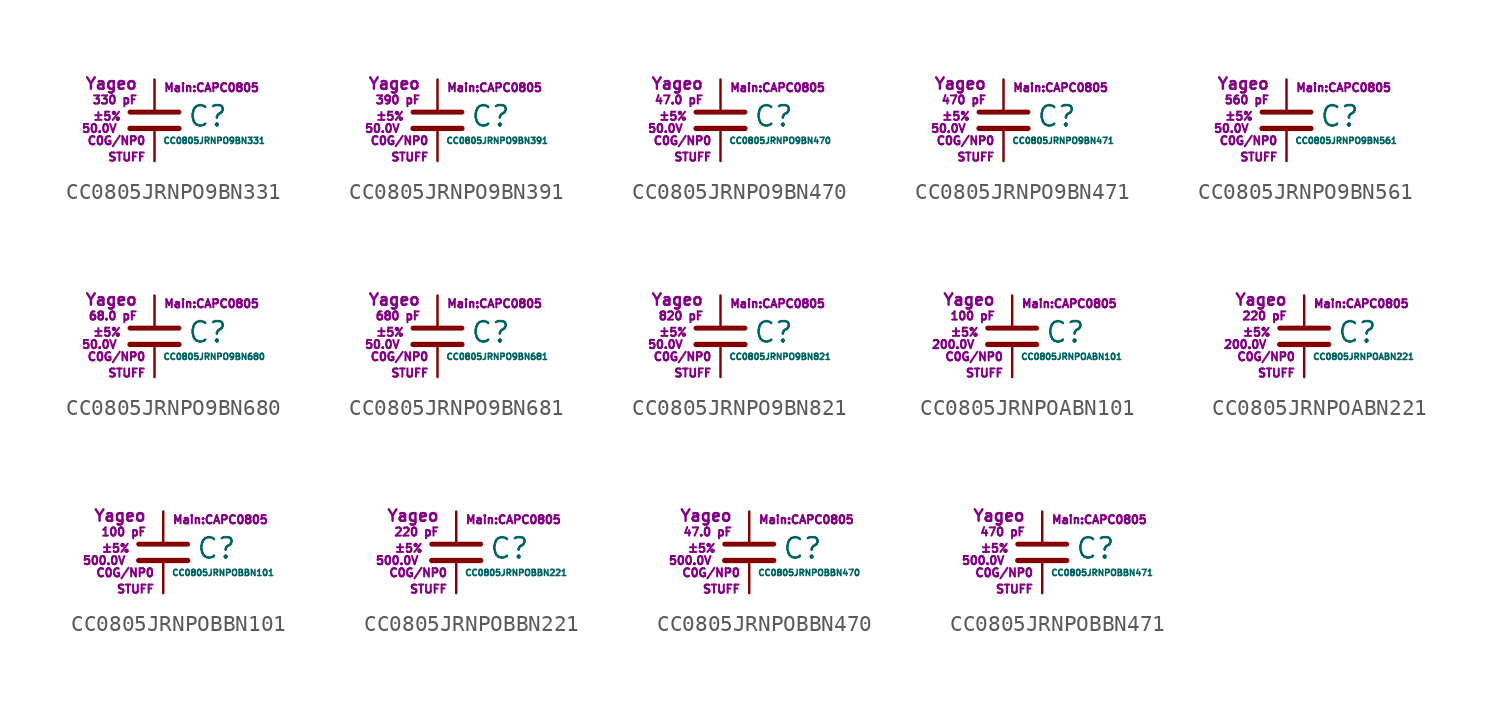
<source format=kicad_sym>
(kicad_symbol_lib
  (version 20211014)
  (generator kicad_symbol_editor)
  (symbol "CC0805JRNPO9BN331"
    (pin_numbers hide)
    (pin_names
      (offset 0.254) hide)
    (property "Reference" "C"
      (at 2.032 0.254 0)
      (effects (font (size 1.27 1.27)) (justify left)))
    (property "Value" "CC0805JRNPO9BN331"
      (at 0.508 -1.27 0)
      (effects (font (size 0.381 0.381)) (justify left)))
    (property "Footprint" "Main:CAPC0805"
      (at 3.556 2.032 0)
      (effects (font (size 0.508 0.508))))
    (property "Datasheet" ""
      (at 0.762 0.508 0)
      (effects (font (size 1.27 1.27))))
    (property "Manufacturer" "Yageo"
      (at -1.016 2.286 0)
      (effects (font (size 0.711 0.711)) (justify right)))
    (property "SKU" "STUFF"
      (at -0.508 -2.286 0)
      (effects (font (size 0.508 0.508)) (justify right)))
    (property "C" "330 pF"
      (at -1.016 1.27 0)
      (effects (font (size 0.508 0.508)) (justify right)))
    (property "Tol" "±5%"
      (at -2.032 0.254 0)
      (effects (font (size 0.508 0.508)) (justify right)))
    (property "Vmax" "50.0V"
      (at -2.286 -0.508 0)
      (effects (font (size 0.508 0.508)) (justify right)))
    (property "Type" "C0G/NP0"
      (at -0.508 -1.27 0)
      (effects (font (size 0.508 0.508)) (justify right)))
    (symbol "CC0805JRNPO9BN331_0_1"
      (polyline (pts (xy -1.524 -0.508) (xy 1.524 -0.508)) (stroke (width 0.33) (type default) (color 0 0 0 0)) (fill (type none)))
      (polyline (pts (xy -1.524 0.508) (xy 1.524 0.508)) (stroke (width 0.305) (type default) (color 0 0 0 0)) (fill (type none))))
    (symbol "CC0805JRNPO9BN331_1_1"
      (pin passive line (at 0 2.54 270) (length 1.905) (name "~" (effects (font (size 1.016 1.016)))) (number "1" (effects (font (size 1.016 1.016)))))
      (pin passive line (at 0 -2.54 90) (length 2.032) (name "~" (effects (font (size 1.016 1.016)))) (number "2" (effects (font (size 1.016 1.016)))))))
  (symbol "CC0805JRNPO9BN391"
    (pin_numbers hide)
    (pin_names
      (offset 0.254) hide)
    (property "Reference" "C"
      (at 2.032 0.254 0)
      (effects (font (size 1.27 1.27)) (justify left)))
    (property "Value" "CC0805JRNPO9BN391"
      (at 0.508 -1.27 0)
      (effects (font (size 0.381 0.381)) (justify left)))
    (property "Footprint" "Main:CAPC0805"
      (at 3.556 2.032 0)
      (effects (font (size 0.508 0.508))))
    (property "Datasheet" ""
      (at 0.762 0.508 0)
      (effects (font (size 1.27 1.27))))
    (property "Manufacturer" "Yageo"
      (at -1.016 2.286 0)
      (effects (font (size 0.711 0.711)) (justify right)))
    (property "SKU" "STUFF"
      (at -0.508 -2.286 0)
      (effects (font (size 0.508 0.508)) (justify right)))
    (property "C" "390 pF"
      (at -1.016 1.27 0)
      (effects (font (size 0.508 0.508)) (justify right)))
    (property "Tol" "±5%"
      (at -2.032 0.254 0)
      (effects (font (size 0.508 0.508)) (justify right)))
    (property "Vmax" "50.0V"
      (at -2.286 -0.508 0)
      (effects (font (size 0.508 0.508)) (justify right)))
    (property "Type" "C0G/NP0"
      (at -0.508 -1.27 0)
      (effects (font (size 0.508 0.508)) (justify right)))
    (symbol "CC0805JRNPO9BN391_0_1"
      (polyline (pts (xy -1.524 -0.508) (xy 1.524 -0.508)) (stroke (width 0.33) (type default) (color 0 0 0 0)) (fill (type none)))
      (polyline (pts (xy -1.524 0.508) (xy 1.524 0.508)) (stroke (width 0.305) (type default) (color 0 0 0 0)) (fill (type none))))
    (symbol "CC0805JRNPO9BN391_1_1"
      (pin passive line (at 0 2.54 270) (length 1.905) (name "~" (effects (font (size 1.016 1.016)))) (number "1" (effects (font (size 1.016 1.016)))))
      (pin passive line (at 0 -2.54 90) (length 2.032) (name "~" (effects (font (size 1.016 1.016)))) (number "2" (effects (font (size 1.016 1.016)))))))
  (symbol "CC0805JRNPO9BN470"
    (pin_numbers hide)
    (pin_names
      (offset 0.254) hide)
    (property "Reference" "C"
      (at 2.032 0.254 0)
      (effects (font (size 1.27 1.27)) (justify left)))
    (property "Value" "CC0805JRNPO9BN470"
      (at 0.508 -1.27 0)
      (effects (font (size 0.381 0.381)) (justify left)))
    (property "Footprint" "Main:CAPC0805"
      (at 3.556 2.032 0)
      (effects (font (size 0.508 0.508))))
    (property "Datasheet" ""
      (at 0.762 0.508 0)
      (effects (font (size 1.27 1.27))))
    (property "Manufacturer" "Yageo"
      (at -1.016 2.286 0)
      (effects (font (size 0.711 0.711)) (justify right)))
    (property "SKU" "STUFF"
      (at -0.508 -2.286 0)
      (effects (font (size 0.508 0.508)) (justify right)))
    (property "C" "47.0 pF"
      (at -1.016 1.27 0)
      (effects (font (size 0.508 0.508)) (justify right)))
    (property "Tol" "±5%"
      (at -2.032 0.254 0)
      (effects (font (size 0.508 0.508)) (justify right)))
    (property "Vmax" "50.0V"
      (at -2.286 -0.508 0)
      (effects (font (size 0.508 0.508)) (justify right)))
    (property "Type" "C0G/NP0"
      (at -0.508 -1.27 0)
      (effects (font (size 0.508 0.508)) (justify right)))
    (symbol "CC0805JRNPO9BN470_0_1"
      (polyline (pts (xy -1.524 -0.508) (xy 1.524 -0.508)) (stroke (width 0.33) (type default) (color 0 0 0 0)) (fill (type none)))
      (polyline (pts (xy -1.524 0.508) (xy 1.524 0.508)) (stroke (width 0.305) (type default) (color 0 0 0 0)) (fill (type none))))
    (symbol "CC0805JRNPO9BN470_1_1"
      (pin passive line (at 0 2.54 270) (length 1.905) (name "~" (effects (font (size 1.016 1.016)))) (number "1" (effects (font (size 1.016 1.016)))))
      (pin passive line (at 0 -2.54 90) (length 2.032) (name "~" (effects (font (size 1.016 1.016)))) (number "2" (effects (font (size 1.016 1.016)))))))
  (symbol "CC0805JRNPO9BN471"
    (pin_numbers hide)
    (pin_names
      (offset 0.254) hide)
    (property "Reference" "C"
      (at 2.032 0.254 0)
      (effects (font (size 1.27 1.27)) (justify left)))
    (property "Value" "CC0805JRNPO9BN471"
      (at 0.508 -1.27 0)
      (effects (font (size 0.381 0.381)) (justify left)))
    (property "Footprint" "Main:CAPC0805"
      (at 3.556 2.032 0)
      (effects (font (size 0.508 0.508))))
    (property "Datasheet" ""
      (at 0.762 0.508 0)
      (effects (font (size 1.27 1.27))))
    (property "Manufacturer" "Yageo"
      (at -1.016 2.286 0)
      (effects (font (size 0.711 0.711)) (justify right)))
    (property "SKU" "STUFF"
      (at -0.508 -2.286 0)
      (effects (font (size 0.508 0.508)) (justify right)))
    (property "C" "470 pF"
      (at -1.016 1.27 0)
      (effects (font (size 0.508 0.508)) (justify right)))
    (property "Tol" "±5%"
      (at -2.032 0.254 0)
      (effects (font (size 0.508 0.508)) (justify right)))
    (property "Vmax" "50.0V"
      (at -2.286 -0.508 0)
      (effects (font (size 0.508 0.508)) (justify right)))
    (property "Type" "C0G/NP0"
      (at -0.508 -1.27 0)
      (effects (font (size 0.508 0.508)) (justify right)))
    (symbol "CC0805JRNPO9BN471_0_1"
      (polyline (pts (xy -1.524 -0.508) (xy 1.524 -0.508)) (stroke (width 0.33) (type default) (color 0 0 0 0)) (fill (type none)))
      (polyline (pts (xy -1.524 0.508) (xy 1.524 0.508)) (stroke (width 0.305) (type default) (color 0 0 0 0)) (fill (type none))))
    (symbol "CC0805JRNPO9BN471_1_1"
      (pin passive line (at 0 2.54 270) (length 1.905) (name "~" (effects (font (size 1.016 1.016)))) (number "1" (effects (font (size 1.016 1.016)))))
      (pin passive line (at 0 -2.54 90) (length 2.032) (name "~" (effects (font (size 1.016 1.016)))) (number "2" (effects (font (size 1.016 1.016)))))))
  (symbol "CC0805JRNPO9BN561"
    (pin_numbers hide)
    (pin_names
      (offset 0.254) hide)
    (property "Reference" "C"
      (at 2.032 0.254 0)
      (effects (font (size 1.27 1.27)) (justify left)))
    (property "Value" "CC0805JRNPO9BN561"
      (at 0.508 -1.27 0)
      (effects (font (size 0.381 0.381)) (justify left)))
    (property "Footprint" "Main:CAPC0805"
      (at 3.556 2.032 0)
      (effects (font (size 0.508 0.508))))
    (property "Datasheet" ""
      (at 0.762 0.508 0)
      (effects (font (size 1.27 1.27))))
    (property "Manufacturer" "Yageo"
      (at -1.016 2.286 0)
      (effects (font (size 0.711 0.711)) (justify right)))
    (property "SKU" "STUFF"
      (at -0.508 -2.286 0)
      (effects (font (size 0.508 0.508)) (justify right)))
    (property "C" "560 pF"
      (at -1.016 1.27 0)
      (effects (font (size 0.508 0.508)) (justify right)))
    (property "Tol" "±5%"
      (at -2.032 0.254 0)
      (effects (font (size 0.508 0.508)) (justify right)))
    (property "Vmax" "50.0V"
      (at -2.286 -0.508 0)
      (effects (font (size 0.508 0.508)) (justify right)))
    (property "Type" "C0G/NP0"
      (at -0.508 -1.27 0)
      (effects (font (size 0.508 0.508)) (justify right)))
    (symbol "CC0805JRNPO9BN561_0_1"
      (polyline (pts (xy -1.524 -0.508) (xy 1.524 -0.508)) (stroke (width 0.33) (type default) (color 0 0 0 0)) (fill (type none)))
      (polyline (pts (xy -1.524 0.508) (xy 1.524 0.508)) (stroke (width 0.305) (type default) (color 0 0 0 0)) (fill (type none))))
    (symbol "CC0805JRNPO9BN561_1_1"
      (pin passive line (at 0 2.54 270) (length 1.905) (name "~" (effects (font (size 1.016 1.016)))) (number "1" (effects (font (size 1.016 1.016)))))
      (pin passive line (at 0 -2.54 90) (length 2.032) (name "~" (effects (font (size 1.016 1.016)))) (number "2" (effects (font (size 1.016 1.016)))))))
  (symbol "CC0805JRNPO9BN680"
    (pin_numbers hide)
    (pin_names
      (offset 0.254) hide)
    (property "Reference" "C"
      (at 2.032 0.254 0)
      (effects (font (size 1.27 1.27)) (justify left)))
    (property "Value" "CC0805JRNPO9BN680"
      (at 0.508 -1.27 0)
      (effects (font (size 0.381 0.381)) (justify left)))
    (property "Footprint" "Main:CAPC0805"
      (at 3.556 2.032 0)
      (effects (font (size 0.508 0.508))))
    (property "Datasheet" ""
      (at 0.762 0.508 0)
      (effects (font (size 1.27 1.27))))
    (property "Manufacturer" "Yageo"
      (at -1.016 2.286 0)
      (effects (font (size 0.711 0.711)) (justify right)))
    (property "SKU" "STUFF"
      (at -0.508 -2.286 0)
      (effects (font (size 0.508 0.508)) (justify right)))
    (property "C" "68.0 pF"
      (at -1.016 1.27 0)
      (effects (font (size 0.508 0.508)) (justify right)))
    (property "Tol" "±5%"
      (at -2.032 0.254 0)
      (effects (font (size 0.508 0.508)) (justify right)))
    (property "Vmax" "50.0V"
      (at -2.286 -0.508 0)
      (effects (font (size 0.508 0.508)) (justify right)))
    (property "Type" "C0G/NP0"
      (at -0.508 -1.27 0)
      (effects (font (size 0.508 0.508)) (justify right)))
    (symbol "CC0805JRNPO9BN680_0_1"
      (polyline (pts (xy -1.524 -0.508) (xy 1.524 -0.508)) (stroke (width 0.33) (type default) (color 0 0 0 0)) (fill (type none)))
      (polyline (pts (xy -1.524 0.508) (xy 1.524 0.508)) (stroke (width 0.305) (type default) (color 0 0 0 0)) (fill (type none))))
    (symbol "CC0805JRNPO9BN680_1_1"
      (pin passive line (at 0 2.54 270) (length 1.905) (name "~" (effects (font (size 1.016 1.016)))) (number "1" (effects (font (size 1.016 1.016)))))
      (pin passive line (at 0 -2.54 90) (length 2.032) (name "~" (effects (font (size 1.016 1.016)))) (number "2" (effects (font (size 1.016 1.016)))))))
  (symbol "CC0805JRNPO9BN681"
    (pin_numbers hide)
    (pin_names
      (offset 0.254) hide)
    (property "Reference" "C"
      (at 2.032 0.254 0)
      (effects (font (size 1.27 1.27)) (justify left)))
    (property "Value" "CC0805JRNPO9BN681"
      (at 0.508 -1.27 0)
      (effects (font (size 0.381 0.381)) (justify left)))
    (property "Footprint" "Main:CAPC0805"
      (at 3.556 2.032 0)
      (effects (font (size 0.508 0.508))))
    (property "Datasheet" ""
      (at 0.762 0.508 0)
      (effects (font (size 1.27 1.27))))
    (property "Manufacturer" "Yageo"
      (at -1.016 2.286 0)
      (effects (font (size 0.711 0.711)) (justify right)))
    (property "SKU" "STUFF"
      (at -0.508 -2.286 0)
      (effects (font (size 0.508 0.508)) (justify right)))
    (property "C" "680 pF"
      (at -1.016 1.27 0)
      (effects (font (size 0.508 0.508)) (justify right)))
    (property "Tol" "±5%"
      (at -2.032 0.254 0)
      (effects (font (size 0.508 0.508)) (justify right)))
    (property "Vmax" "50.0V"
      (at -2.286 -0.508 0)
      (effects (font (size 0.508 0.508)) (justify right)))
    (property "Type" "C0G/NP0"
      (at -0.508 -1.27 0)
      (effects (font (size 0.508 0.508)) (justify right)))
    (symbol "CC0805JRNPO9BN681_0_1"
      (polyline (pts (xy -1.524 -0.508) (xy 1.524 -0.508)) (stroke (width 0.33) (type default) (color 0 0 0 0)) (fill (type none)))
      (polyline (pts (xy -1.524 0.508) (xy 1.524 0.508)) (stroke (width 0.305) (type default) (color 0 0 0 0)) (fill (type none))))
    (symbol "CC0805JRNPO9BN681_1_1"
      (pin passive line (at 0 2.54 270) (length 1.905) (name "~" (effects (font (size 1.016 1.016)))) (number "1" (effects (font (size 1.016 1.016)))))
      (pin passive line (at 0 -2.54 90) (length 2.032) (name "~" (effects (font (size 1.016 1.016)))) (number "2" (effects (font (size 1.016 1.016)))))))
  (symbol "CC0805JRNPO9BN821"
    (pin_numbers hide)
    (pin_names
      (offset 0.254) hide)
    (property "Reference" "C"
      (at 2.032 0.254 0)
      (effects (font (size 1.27 1.27)) (justify left)))
    (property "Value" "CC0805JRNPO9BN821"
      (at 0.508 -1.27 0)
      (effects (font (size 0.381 0.381)) (justify left)))
    (property "Footprint" "Main:CAPC0805"
      (at 3.556 2.032 0)
      (effects (font (size 0.508 0.508))))
    (property "Datasheet" ""
      (at 0.762 0.508 0)
      (effects (font (size 1.27 1.27))))
    (property "Manufacturer" "Yageo"
      (at -1.016 2.286 0)
      (effects (font (size 0.711 0.711)) (justify right)))
    (property "SKU" "STUFF"
      (at -0.508 -2.286 0)
      (effects (font (size 0.508 0.508)) (justify right)))
    (property "C" "820 pF"
      (at -1.016 1.27 0)
      (effects (font (size 0.508 0.508)) (justify right)))
    (property "Tol" "±5%"
      (at -2.032 0.254 0)
      (effects (font (size 0.508 0.508)) (justify right)))
    (property "Vmax" "50.0V"
      (at -2.286 -0.508 0)
      (effects (font (size 0.508 0.508)) (justify right)))
    (property "Type" "C0G/NP0"
      (at -0.508 -1.27 0)
      (effects (font (size 0.508 0.508)) (justify right)))
    (symbol "CC0805JRNPO9BN821_0_1"
      (polyline (pts (xy -1.524 -0.508) (xy 1.524 -0.508)) (stroke (width 0.33) (type default) (color 0 0 0 0)) (fill (type none)))
      (polyline (pts (xy -1.524 0.508) (xy 1.524 0.508)) (stroke (width 0.305) (type default) (color 0 0 0 0)) (fill (type none))))
    (symbol "CC0805JRNPO9BN821_1_1"
      (pin passive line (at 0 2.54 270) (length 1.905) (name "~" (effects (font (size 1.016 1.016)))) (number "1" (effects (font (size 1.016 1.016)))))
      (pin passive line (at 0 -2.54 90) (length 2.032) (name "~" (effects (font (size 1.016 1.016)))) (number "2" (effects (font (size 1.016 1.016)))))))
  (symbol "CC0805JRNPOABN101"
    (pin_numbers hide)
    (pin_names
      (offset 0.254) hide)
    (property "Reference" "C"
      (at 2.032 0.254 0)
      (effects (font (size 1.27 1.27)) (justify left)))
    (property "Value" "CC0805JRNPOABN101"
      (at 0.508 -1.27 0)
      (effects (font (size 0.381 0.381)) (justify left)))
    (property "Footprint" "Main:CAPC0805"
      (at 3.556 2.032 0)
      (effects (font (size 0.508 0.508))))
    (property "Datasheet" ""
      (at 0.762 0.508 0)
      (effects (font (size 1.27 1.27))))
    (property "Manufacturer" "Yageo"
      (at -1.016 2.286 0)
      (effects (font (size 0.711 0.711)) (justify right)))
    (property "SKU" "STUFF"
      (at -0.508 -2.286 0)
      (effects (font (size 0.508 0.508)) (justify right)))
    (property "C" "100 pF"
      (at -1.016 1.27 0)
      (effects (font (size 0.508 0.508)) (justify right)))
    (property "Tol" "±5%"
      (at -2.032 0.254 0)
      (effects (font (size 0.508 0.508)) (justify right)))
    (property "Vmax" "200.0V"
      (at -2.286 -0.508 0)
      (effects (font (size 0.508 0.508)) (justify right)))
    (property "Type" "C0G/NP0"
      (at -0.508 -1.27 0)
      (effects (font (size 0.508 0.508)) (justify right)))
    (symbol "CC0805JRNPOABN101_0_1"
      (polyline (pts (xy -1.524 -0.508) (xy 1.524 -0.508)) (stroke (width 0.33) (type default) (color 0 0 0 0)) (fill (type none)))
      (polyline (pts (xy -1.524 0.508) (xy 1.524 0.508)) (stroke (width 0.305) (type default) (color 0 0 0 0)) (fill (type none))))
    (symbol "CC0805JRNPOABN101_1_1"
      (pin passive line (at 0 2.54 270) (length 1.905) (name "~" (effects (font (size 1.016 1.016)))) (number "1" (effects (font (size 1.016 1.016)))))
      (pin passive line (at 0 -2.54 90) (length 2.032) (name "~" (effects (font (size 1.016 1.016)))) (number "2" (effects (font (size 1.016 1.016)))))))
  (symbol "CC0805JRNPOABN221"
    (pin_numbers hide)
    (pin_names
      (offset 0.254) hide)
    (property "Reference" "C"
      (at 2.032 0.254 0)
      (effects (font (size 1.27 1.27)) (justify left)))
    (property "Value" "CC0805JRNPOABN221"
      (at 0.508 -1.27 0)
      (effects (font (size 0.381 0.381)) (justify left)))
    (property "Footprint" "Main:CAPC0805"
      (at 3.556 2.032 0)
      (effects (font (size 0.508 0.508))))
    (property "Datasheet" ""
      (at 0.762 0.508 0)
      (effects (font (size 1.27 1.27))))
    (property "Manufacturer" "Yageo"
      (at -1.016 2.286 0)
      (effects (font (size 0.711 0.711)) (justify right)))
    (property "SKU" "STUFF"
      (at -0.508 -2.286 0)
      (effects (font (size 0.508 0.508)) (justify right)))
    (property "C" "220 pF"
      (at -1.016 1.27 0)
      (effects (font (size 0.508 0.508)) (justify right)))
    (property "Tol" "±5%"
      (at -2.032 0.254 0)
      (effects (font (size 0.508 0.508)) (justify right)))
    (property "Vmax" "200.0V"
      (at -2.286 -0.508 0)
      (effects (font (size 0.508 0.508)) (justify right)))
    (property "Type" "C0G/NP0"
      (at -0.508 -1.27 0)
      (effects (font (size 0.508 0.508)) (justify right)))
    (symbol "CC0805JRNPOABN221_0_1"
      (polyline (pts (xy -1.524 -0.508) (xy 1.524 -0.508)) (stroke (width 0.33) (type default) (color 0 0 0 0)) (fill (type none)))
      (polyline (pts (xy -1.524 0.508) (xy 1.524 0.508)) (stroke (width 0.305) (type default) (color 0 0 0 0)) (fill (type none))))
    (symbol "CC0805JRNPOABN221_1_1"
      (pin passive line (at 0 2.54 270) (length 1.905) (name "~" (effects (font (size 1.016 1.016)))) (number "1" (effects (font (size 1.016 1.016)))))
      (pin passive line (at 0 -2.54 90) (length 2.032) (name "~" (effects (font (size 1.016 1.016)))) (number "2" (effects (font (size 1.016 1.016)))))))
  (symbol "CC0805JRNPOBBN101"
    (pin_numbers hide)
    (pin_names
      (offset 0.254) hide)
    (property "Reference" "C"
      (at 2.032 0.254 0)
      (effects (font (size 1.27 1.27)) (justify left)))
    (property "Value" "CC0805JRNPOBBN101"
      (at 0.508 -1.27 0)
      (effects (font (size 0.381 0.381)) (justify left)))
    (property "Footprint" "Main:CAPC0805"
      (at 3.556 2.032 0)
      (effects (font (size 0.508 0.508))))
    (property "Datasheet" ""
      (at 0.762 0.508 0)
      (effects (font (size 1.27 1.27))))
    (property "Manufacturer" "Yageo"
      (at -1.016 2.286 0)
      (effects (font (size 0.711 0.711)) (justify right)))
    (property "SKU" "STUFF"
      (at -0.508 -2.286 0)
      (effects (font (size 0.508 0.508)) (justify right)))
    (property "C" "100 pF"
      (at -1.016 1.27 0)
      (effects (font (size 0.508 0.508)) (justify right)))
    (property "Tol" "±5%"
      (at -2.032 0.254 0)
      (effects (font (size 0.508 0.508)) (justify right)))
    (property "Vmax" "500.0V"
      (at -2.286 -0.508 0)
      (effects (font (size 0.508 0.508)) (justify right)))
    (property "Type" "C0G/NP0"
      (at -0.508 -1.27 0)
      (effects (font (size 0.508 0.508)) (justify right)))
    (symbol "CC0805JRNPOBBN101_0_1"
      (polyline (pts (xy -1.524 -0.508) (xy 1.524 -0.508)) (stroke (width 0.33) (type default) (color 0 0 0 0)) (fill (type none)))
      (polyline (pts (xy -1.524 0.508) (xy 1.524 0.508)) (stroke (width 0.305) (type default) (color 0 0 0 0)) (fill (type none))))
    (symbol "CC0805JRNPOBBN101_1_1"
      (pin passive line (at 0 2.54 270) (length 1.905) (name "~" (effects (font (size 1.016 1.016)))) (number "1" (effects (font (size 1.016 1.016)))))
      (pin passive line (at 0 -2.54 90) (length 2.032) (name "~" (effects (font (size 1.016 1.016)))) (number "2" (effects (font (size 1.016 1.016)))))))
  (symbol "CC0805JRNPOBBN221"
    (pin_numbers hide)
    (pin_names
      (offset 0.254) hide)
    (property "Reference" "C"
      (at 2.032 0.254 0)
      (effects (font (size 1.27 1.27)) (justify left)))
    (property "Value" "CC0805JRNPOBBN221"
      (at 0.508 -1.27 0)
      (effects (font (size 0.381 0.381)) (justify left)))
    (property "Footprint" "Main:CAPC0805"
      (at 3.556 2.032 0)
      (effects (font (size 0.508 0.508))))
    (property "Datasheet" ""
      (at 0.762 0.508 0)
      (effects (font (size 1.27 1.27))))
    (property "Manufacturer" "Yageo"
      (at -1.016 2.286 0)
      (effects (font (size 0.711 0.711)) (justify right)))
    (property "SKU" "STUFF"
      (at -0.508 -2.286 0)
      (effects (font (size 0.508 0.508)) (justify right)))
    (property "C" "220 pF"
      (at -1.016 1.27 0)
      (effects (font (size 0.508 0.508)) (justify right)))
    (property "Tol" "±5%"
      (at -2.032 0.254 0)
      (effects (font (size 0.508 0.508)) (justify right)))
    (property "Vmax" "500.0V"
      (at -2.286 -0.508 0)
      (effects (font (size 0.508 0.508)) (justify right)))
    (property "Type" "C0G/NP0"
      (at -0.508 -1.27 0)
      (effects (font (size 0.508 0.508)) (justify right)))
    (symbol "CC0805JRNPOBBN221_0_1"
      (polyline (pts (xy -1.524 -0.508) (xy 1.524 -0.508)) (stroke (width 0.33) (type default) (color 0 0 0 0)) (fill (type none)))
      (polyline (pts (xy -1.524 0.508) (xy 1.524 0.508)) (stroke (width 0.305) (type default) (color 0 0 0 0)) (fill (type none))))
    (symbol "CC0805JRNPOBBN221_1_1"
      (pin passive line (at 0 2.54 270) (length 1.905) (name "~" (effects (font (size 1.016 1.016)))) (number "1" (effects (font (size 1.016 1.016)))))
      (pin passive line (at 0 -2.54 90) (length 2.032) (name "~" (effects (font (size 1.016 1.016)))) (number "2" (effects (font (size 1.016 1.016)))))))
  (symbol "CC0805JRNPOBBN470"
    (pin_numbers hide)
    (pin_names
      (offset 0.254) hide)
    (property "Reference" "C"
      (at 2.032 0.254 0)
      (effects (font (size 1.27 1.27)) (justify left)))
    (property "Value" "CC0805JRNPOBBN470"
      (at 0.508 -1.27 0)
      (effects (font (size 0.381 0.381)) (justify left)))
    (property "Footprint" "Main:CAPC0805"
      (at 3.556 2.032 0)
      (effects (font (size 0.508 0.508))))
    (property "Datasheet" ""
      (at 0.762 0.508 0)
      (effects (font (size 1.27 1.27))))
    (property "Manufacturer" "Yageo"
      (at -1.016 2.286 0)
      (effects (font (size 0.711 0.711)) (justify right)))
    (property "SKU" "STUFF"
      (at -0.508 -2.286 0)
      (effects (font (size 0.508 0.508)) (justify right)))
    (property "C" "47.0 pF"
      (at -1.016 1.27 0)
      (effects (font (size 0.508 0.508)) (justify right)))
    (property "Tol" "±5%"
      (at -2.032 0.254 0)
      (effects (font (size 0.508 0.508)) (justify right)))
    (property "Vmax" "500.0V"
      (at -2.286 -0.508 0)
      (effects (font (size 0.508 0.508)) (justify right)))
    (property "Type" "C0G/NP0"
      (at -0.508 -1.27 0)
      (effects (font (size 0.508 0.508)) (justify right)))
    (symbol "CC0805JRNPOBBN470_0_1"
      (polyline (pts (xy -1.524 -0.508) (xy 1.524 -0.508)) (stroke (width 0.33) (type default) (color 0 0 0 0)) (fill (type none)))
      (polyline (pts (xy -1.524 0.508) (xy 1.524 0.508)) (stroke (width 0.305) (type default) (color 0 0 0 0)) (fill (type none))))
    (symbol "CC0805JRNPOBBN470_1_1"
      (pin passive line (at 0 2.54 270) (length 1.905) (name "~" (effects (font (size 1.016 1.016)))) (number "1" (effects (font (size 1.016 1.016)))))
      (pin passive line (at 0 -2.54 90) (length 2.032) (name "~" (effects (font (size 1.016 1.016)))) (number "2" (effects (font (size 1.016 1.016)))))))
  (symbol "CC0805JRNPOBBN471"
    (pin_numbers hide)
    (pin_names
      (offset 0.254) hide)
    (property "Reference" "C"
      (at 2.032 0.254 0)
      (effects (font (size 1.27 1.27)) (justify left)))
    (property "Value" "CC0805JRNPOBBN471"
      (at 0.508 -1.27 0)
      (effects (font (size 0.381 0.381)) (justify left)))
    (property "Footprint" "Main:CAPC0805"
      (at 3.556 2.032 0)
      (effects (font (size 0.508 0.508))))
    (property "Datasheet" ""
      (at 0.762 0.508 0)
      (effects (font (size 1.27 1.27))))
    (property "Manufacturer" "Yageo"
      (at -1.016 2.286 0)
      (effects (font (size 0.711 0.711)) (justify right)))
    (property "SKU" "STUFF"
      (at -0.508 -2.286 0)
      (effects (font (size 0.508 0.508)) (justify right)))
    (property "C" "470 pF"
      (at -1.016 1.27 0)
      (effects (font (size 0.508 0.508)) (justify right)))
    (property "Tol" "±5%"
      (at -2.032 0.254 0)
      (effects (font (size 0.508 0.508)) (justify right)))
    (property "Vmax" "500.0V"
      (at -2.286 -0.508 0)
      (effects (font (size 0.508 0.508)) (justify right)))
    (property "Type" "C0G/NP0"
      (at -0.508 -1.27 0)
      (effects (font (size 0.508 0.508)) (justify right)))
    (symbol "CC0805JRNPOBBN471_0_1"
      (polyline (pts (xy -1.524 -0.508) (xy 1.524 -0.508)) (stroke (width 0.33) (type default) (color 0 0 0 0)) (fill (type none)))
      (polyline (pts (xy -1.524 0.508) (xy 1.524 0.508)) (stroke (width 0.305) (type default) (color 0 0 0 0)) (fill (type none))))
    (symbol "CC0805JRNPOBBN471_1_1"
      (pin passive line (at 0 2.54 270) (length 1.905) (name "~" (effects (font (size 1.016 1.016)))) (number "1" (effects (font (size 1.016 1.016)))))
      (pin passive line (at 0 -2.54 90) (length 2.032) (name "~" (effects (font (size 1.016 1.016)))) (number "2" (effects (font (size 1.016 1.016))))))))
</source>
